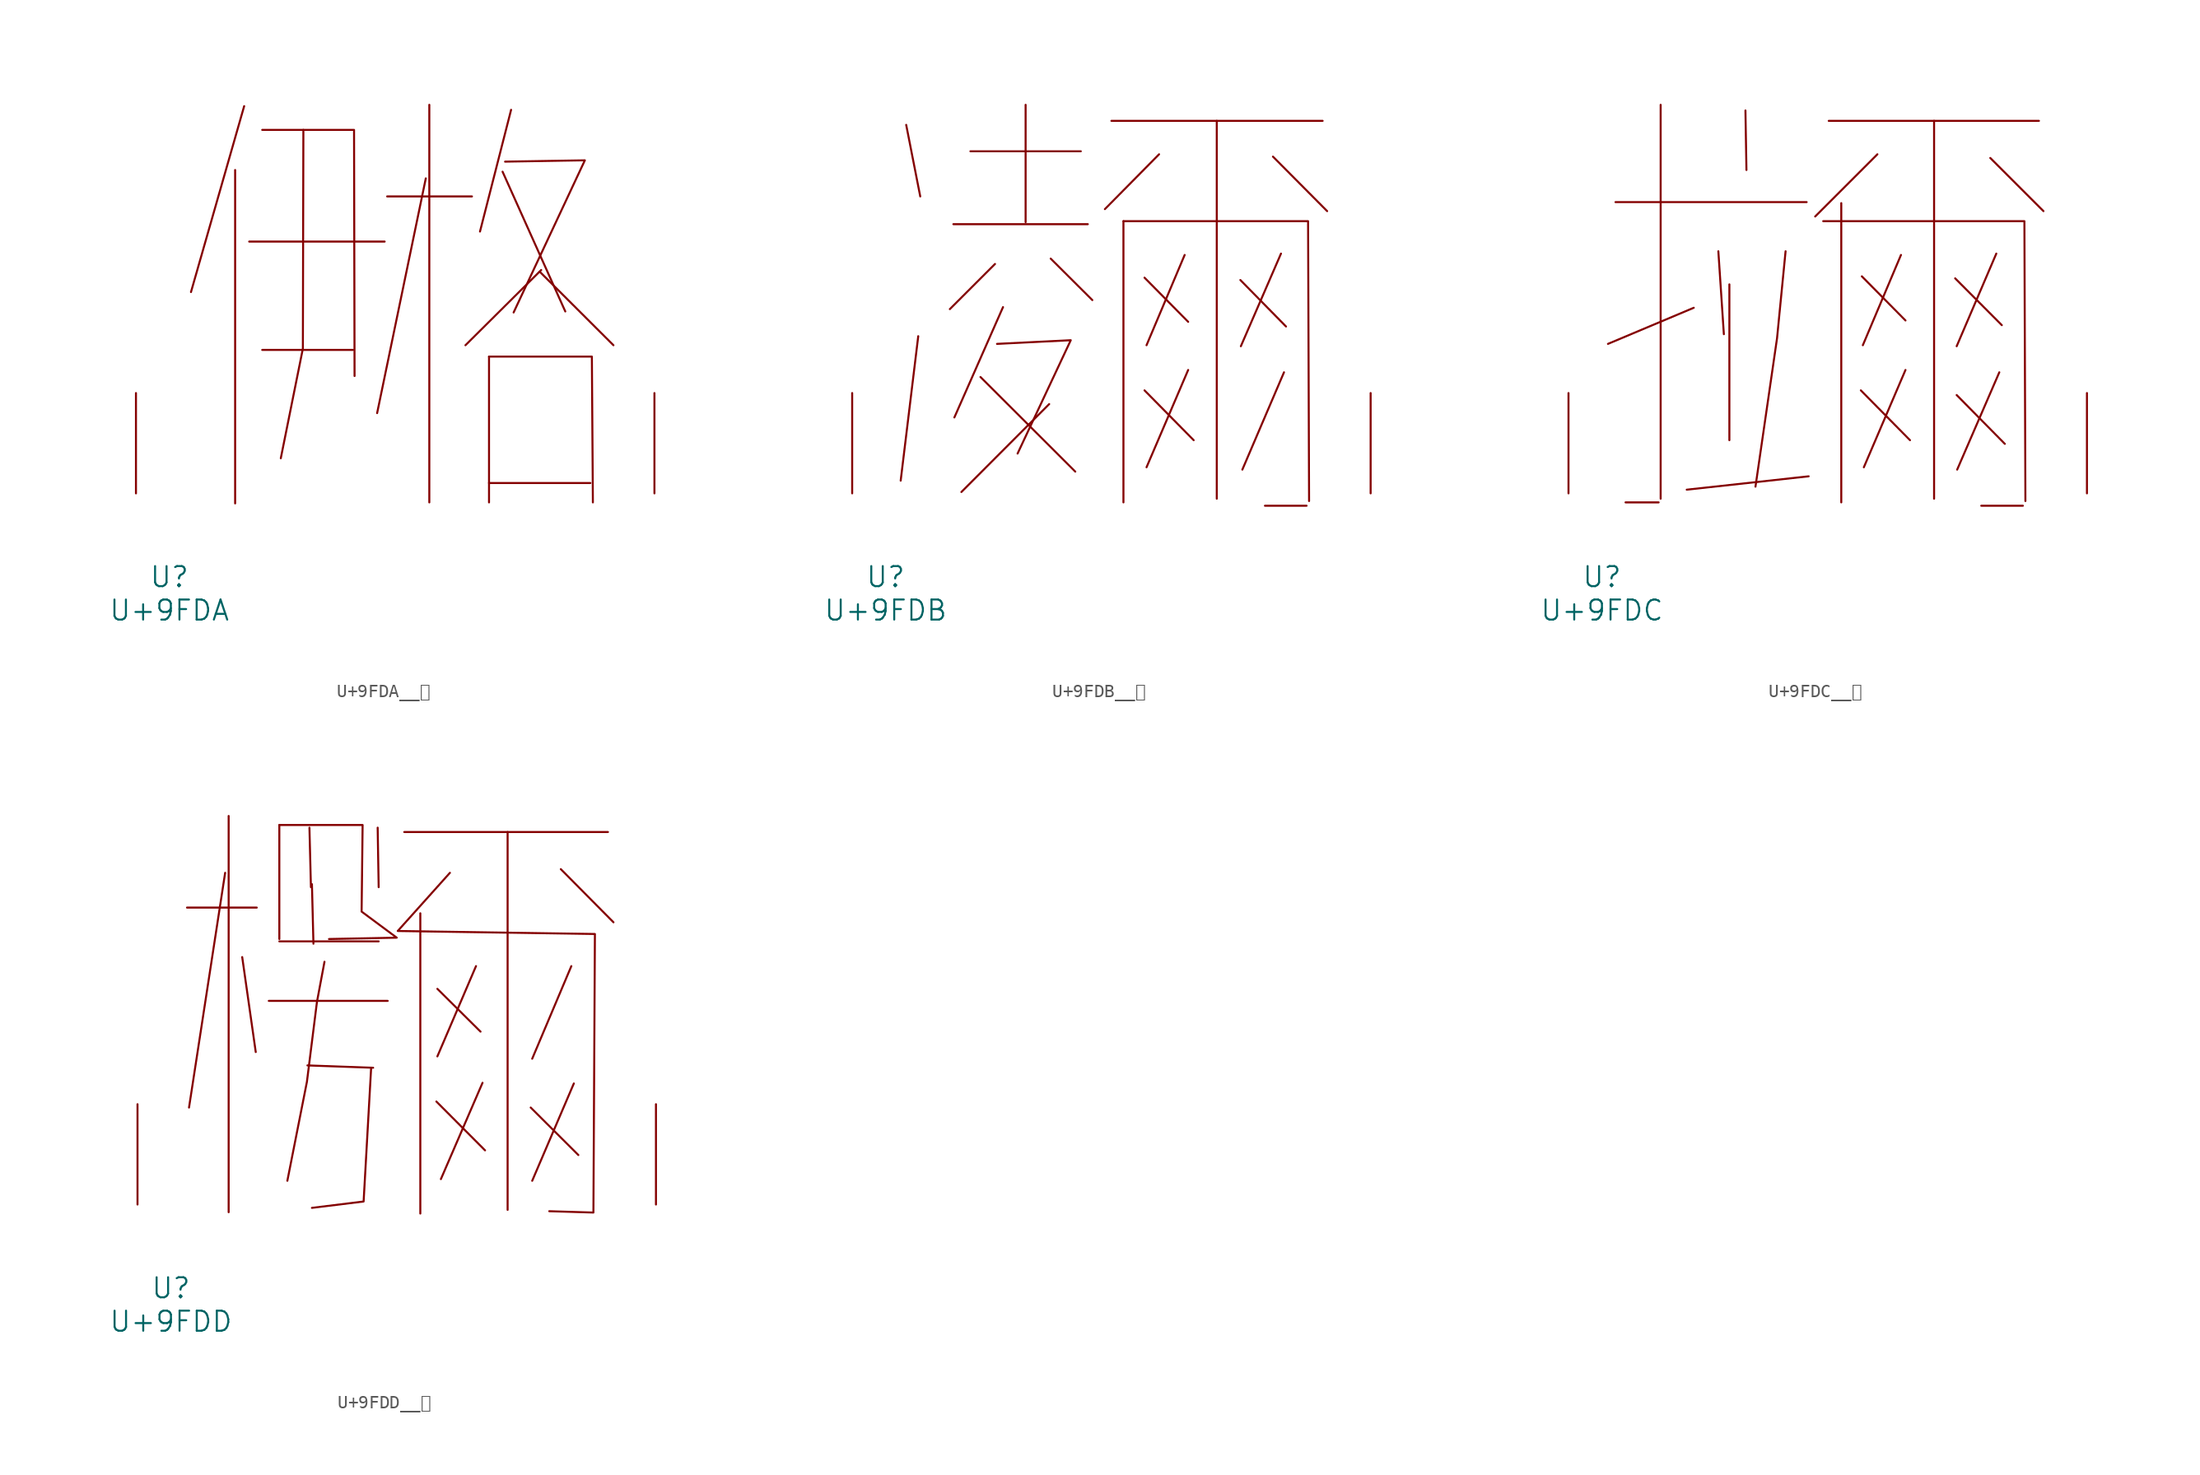
<source format=kicad_sym>
(kicad_symbol_lib
  (version 20231120)
  (generator "kicad_symbol_editor")
  (generator_version "8.0")
  (symbol "U+9FDA__鿚"
    (pin_names
      (offset 1.016))
    (property "Reference" "U"
      (at 0 -6.35 0)
      (effects (font (size 1.524 1.524))))
    (property "Value" "U+9FDA"
      (at 0 -8.89 0)
      (effects (font (size 1.524 1.524))))
    (symbol "U+9FDA__鿚_0_1"
      (polyline (pts (xy 4.991 24.562) (xy 4.991 -0.762)) (stroke (width 0) (type solid)) (fill (type none)))
      (polyline (pts (xy 5.677 29.413) (xy 1.638 15.291)) (stroke (width 0) (type solid)) (fill (type none)))
      (polyline (pts (xy 6.058 19.126) (xy 16.345 19.126)) (stroke (width 0) (type solid)) (fill (type none)))
      (polyline (pts (xy 7.048 10.897) (xy 13.945 10.897)) (stroke (width 0) (type solid)) (fill (type none)))
      (polyline (pts (xy 16.535 22.555) (xy 22.974 22.555)) (stroke (width 0) (type solid)) (fill (type none)))
      (polyline (pts (xy 19.469 23.927) (xy 15.773 6.096)) (stroke (width 0) (type solid)) (fill (type none)))
      (polyline (pts (xy 19.736 29.515) (xy 19.736 -0.686)) (stroke (width 0) (type solid)) (fill (type none)))
      (polyline (pts (xy 24.27 0.787) (xy 31.966 0.787)) (stroke (width 0) (type solid)) (fill (type none)))
      (polyline (pts (xy 24.27 10.389) (xy 24.27 -0.686)) (stroke (width 0) (type solid)) (fill (type none)))
      (polyline (pts (xy 25.298 24.435) (xy 30.061 13.818)) (stroke (width 0) (type solid)) (fill (type none)))
      (polyline (pts (xy 25.946 29.134) (xy 23.584 19.888)) (stroke (width 0) (type solid)) (fill (type none)))
      (polyline (pts (xy 28.118 16.84) (xy 33.718 11.252)) (stroke (width 0) (type solid)) (fill (type none)))
      (polyline (pts (xy 28.232 16.967) (xy 22.479 11.252)) (stroke (width 0) (type solid)) (fill (type none)))
      (polyline (pts (xy 7.048 27.61) (xy 14.021 27.61) (xy 14.059 8.915)) (stroke (width 0) (type solid)) (fill (type none)))
      (polyline (pts (xy 10.173 27.61) (xy 10.135 10.998) (xy 8.458 2.667)) (stroke (width 0) (type solid)) (fill (type none)))
      (polyline (pts (xy 24.27 10.389) (xy 32.08 10.389) (xy 32.156 -0.686)) (stroke (width 0) (type solid)) (fill (type none)))
      (polyline (pts (xy 25.489 25.197) (xy 31.547 25.298) (xy 26.137 13.741)) (stroke (width 0) (type solid)) (fill (type none)))
      (pin input line (at -2.54 0 90) (length 7.62) (name "~" (effects (font (size 1.27 1.27)))) (number "~" (effects (font (size 1.27 1.27)))))
      (pin input line (at 36.83 0 90) (length 7.62) (name "~" (effects (font (size 1.27 1.27)))) (number "~" (effects (font (size 1.27 1.27)))))))
  (symbol "U+9FDB__鿛"
    (pin_names
      (offset 1.016))
    (property "Reference" "U"
      (at 0 -6.35 0)
      (effects (font (size 1.524 1.524))))
    (property "Value" "U+9FDB"
      (at 0 -8.89 0)
      (effects (font (size 1.524 1.524))))
    (symbol "U+9FDB__鿛_0_1"
      (polyline (pts (xy 1.562 27.991) (xy 2.629 22.555)) (stroke (width 0) (type solid)) (fill (type none)))
      (polyline (pts (xy 2.477 11.938) (xy 1.143 0.965)) (stroke (width 0) (type solid)) (fill (type none)))
      (polyline (pts (xy 5.144 20.447) (xy 15.354 20.447)) (stroke (width 0) (type solid)) (fill (type none)))
      (polyline (pts (xy 6.439 25.984) (xy 14.821 25.984)) (stroke (width 0) (type solid)) (fill (type none)))
      (polyline (pts (xy 7.201 8.839) (xy 14.402 1.651)) (stroke (width 0) (type solid)) (fill (type none)))
      (polyline (pts (xy 8.306 17.424) (xy 4.877 13.995)) (stroke (width 0) (type solid)) (fill (type none)))
      (polyline (pts (xy 8.915 14.148) (xy 5.22 5.766)) (stroke (width 0) (type solid)) (fill (type none)))
      (polyline (pts (xy 10.63 29.515) (xy 10.63 20.599)) (stroke (width 0) (type solid)) (fill (type none)))
      (polyline (pts (xy 12.421 6.782) (xy 5.753 0.102)) (stroke (width 0) (type solid)) (fill (type none)))
      (polyline (pts (xy 12.535 17.831) (xy 15.697 14.681)) (stroke (width 0) (type solid)) (fill (type none)))
      (polyline (pts (xy 17.145 28.296) (xy 33.185 28.296)) (stroke (width 0) (type solid)) (fill (type none)))
      (polyline (pts (xy 18.059 20.676) (xy 18.059 -0.686)) (stroke (width 0) (type solid)) (fill (type none)))
      (polyline (pts (xy 19.66 7.823) (xy 23.393 4.039)) (stroke (width 0) (type solid)) (fill (type none)))
      (polyline (pts (xy 19.66 16.383) (xy 22.974 13.03)) (stroke (width 0) (type solid)) (fill (type none)))
      (polyline (pts (xy 20.765 25.756) (xy 16.65 21.59)) (stroke (width 0) (type solid)) (fill (type none)))
      (polyline (pts (xy 22.708 18.11) (xy 19.812 11.252)) (stroke (width 0) (type solid)) (fill (type none)))
      (polyline (pts (xy 22.974 9.373) (xy 19.812 1.981)) (stroke (width 0) (type solid)) (fill (type none)))
      (polyline (pts (xy 25.146 28.296) (xy 25.146 -0.406)) (stroke (width 0) (type solid)) (fill (type none)))
      (polyline (pts (xy 26.937 16.205) (xy 30.404 12.675)) (stroke (width 0) (type solid)) (fill (type none)))
      (polyline (pts (xy 28.804 -0.94) (xy 31.966 -0.94)) (stroke (width 0) (type solid)) (fill (type none)))
      (polyline (pts (xy 29.413 25.578) (xy 33.528 21.438)) (stroke (width 0) (type solid)) (fill (type none)))
      (polyline (pts (xy 30.023 18.212) (xy 26.975 11.176)) (stroke (width 0) (type solid)) (fill (type none)))
      (polyline (pts (xy 30.251 9.195) (xy 27.089 1.803)) (stroke (width 0) (type solid)) (fill (type none)))
      (polyline (pts (xy 8.458 11.354) (xy 14.059 11.633) (xy 10.02 3.023)) (stroke (width 0) (type solid)) (fill (type none)))
      (polyline (pts (xy 18.059 20.676) (xy 32.08 20.676) (xy 32.156 -0.584)) (stroke (width 0) (type solid)) (fill (type none)))
      (pin input line (at -2.54 0 90) (length 7.62) (name "~" (effects (font (size 1.27 1.27)))) (number "~" (effects (font (size 1.27 1.27)))))
      (pin input line (at 36.83 0 90) (length 7.62) (name "~" (effects (font (size 1.27 1.27)))) (number "~" (effects (font (size 1.27 1.27)))))))
  (symbol "U+9FDC__鿜"
    (pin_names
      (offset 1.016))
    (property "Reference" "U"
      (at 0 -6.35 0)
      (effects (font (size 1.524 1.524))))
    (property "Value" "U+9FDC"
      (at 0 -8.89 0)
      (effects (font (size 1.524 1.524))))
    (symbol "U+9FDC__鿜_0_1"
      (polyline (pts (xy 1.029 22.123) (xy 15.545 22.123)) (stroke (width 0) (type solid)) (fill (type none)))
      (polyline (pts (xy 1.791 -0.686) (xy 4.305 -0.686)) (stroke (width 0) (type solid)) (fill (type none)))
      (polyline (pts (xy 4.458 29.515) (xy 4.458 -0.406)) (stroke (width 0) (type solid)) (fill (type none)))
      (polyline (pts (xy 6.972 14.097) (xy 0.457 11.354)) (stroke (width 0) (type solid)) (fill (type none)))
      (polyline (pts (xy 8.839 18.39) (xy 9.258 12.09)) (stroke (width 0) (type solid)) (fill (type none)))
      (polyline (pts (xy 9.677 15.875) (xy 9.677 4.039)) (stroke (width 0) (type solid)) (fill (type none)))
      (polyline (pts (xy 10.897 29.083) (xy 10.973 24.562)) (stroke (width 0) (type solid)) (fill (type none)))
      (polyline (pts (xy 15.697 1.295) (xy 6.439 0.279)) (stroke (width 0) (type solid)) (fill (type none)))
      (polyline (pts (xy 17.221 28.296) (xy 33.185 28.296)) (stroke (width 0) (type solid)) (fill (type none)))
      (polyline (pts (xy 18.174 22.047) (xy 18.174 -0.686)) (stroke (width 0) (type solid)) (fill (type none)))
      (polyline (pts (xy 19.66 7.823) (xy 23.393 4.039)) (stroke (width 0) (type solid)) (fill (type none)))
      (polyline (pts (xy 19.736 16.485) (xy 23.05 13.132)) (stroke (width 0) (type solid)) (fill (type none)))
      (polyline (pts (xy 20.917 25.756) (xy 16.192 21.031)) (stroke (width 0) (type solid)) (fill (type none)))
      (polyline (pts (xy 22.708 18.11) (xy 19.812 11.252)) (stroke (width 0) (type solid)) (fill (type none)))
      (polyline (pts (xy 23.05 9.373) (xy 19.888 1.981)) (stroke (width 0) (type solid)) (fill (type none)))
      (polyline (pts (xy 25.222 28.296) (xy 25.222 -0.406)) (stroke (width 0) (type solid)) (fill (type none)))
      (polyline (pts (xy 26.822 16.332) (xy 30.366 12.776)) (stroke (width 0) (type solid)) (fill (type none)))
      (polyline (pts (xy 26.937 7.468) (xy 30.594 3.759)) (stroke (width 0) (type solid)) (fill (type none)))
      (polyline (pts (xy 28.804 -0.94) (xy 31.966 -0.94)) (stroke (width 0) (type solid)) (fill (type none)))
      (polyline (pts (xy 29.489 25.476) (xy 33.528 21.438)) (stroke (width 0) (type solid)) (fill (type none)))
      (polyline (pts (xy 29.947 18.212) (xy 26.937 11.176)) (stroke (width 0) (type solid)) (fill (type none)))
      (polyline (pts (xy 30.175 9.195) (xy 26.975 1.803)) (stroke (width 0) (type solid)) (fill (type none)))
      (polyline (pts (xy 13.945 18.39) (xy 13.297 11.786) (xy 11.659 0.508)) (stroke (width 0) (type solid)) (fill (type none)))
      (polyline (pts (xy 16.802 20.676) (xy 32.08 20.676) (xy 32.156 -0.584)) (stroke (width 0) (type solid)) (fill (type none)))
      (pin input line (at -2.54 0 90) (length 7.62) (name "~" (effects (font (size 1.27 1.27)))) (number "~" (effects (font (size 1.27 1.27)))))
      (pin input line (at 36.83 0 90) (length 7.62) (name "~" (effects (font (size 1.27 1.27)))) (number "~" (effects (font (size 1.27 1.27)))))))
  (symbol "U+9FDD__鿝"
    (pin_names
      (offset 1.016))
    (property "Reference" "U"
      (at 0 -6.35 0)
      (effects (font (size 1.524 1.524))))
    (property "Value" "U+9FDD"
      (at 0 -8.89 0)
      (effects (font (size 1.524 1.524))))
    (symbol "U+9FDD__鿝_0_1"
      (polyline (pts (xy 1.219 22.555) (xy 6.515 22.555)) (stroke (width 0) (type solid)) (fill (type none)))
      (polyline (pts (xy 4.115 25.197) (xy 1.372 7.366)) (stroke (width 0) (type solid)) (fill (type none)))
      (polyline (pts (xy 4.381 29.515) (xy 4.381 -0.584)) (stroke (width 0) (type solid)) (fill (type none)))
      (polyline (pts (xy 5.41 18.796) (xy 6.439 11.582)) (stroke (width 0) (type solid)) (fill (type none)))
      (polyline (pts (xy 7.429 15.469) (xy 16.459 15.469)) (stroke (width 0) (type solid)) (fill (type none)))
      (polyline (pts (xy 8.23 19.99) (xy 15.773 19.99)) (stroke (width 0) (type solid)) (fill (type none)))
      (polyline (pts (xy 8.23 28.829) (xy 8.23 20.168)) (stroke (width 0) (type solid)) (fill (type none)))
      (polyline (pts (xy 10.363 10.566) (xy 15.354 10.389)) (stroke (width 0) (type solid)) (fill (type none)))
      (polyline (pts (xy 10.516 28.626) (xy 10.63 24.105)) (stroke (width 0) (type solid)) (fill (type none)))
      (polyline (pts (xy 10.706 24.333) (xy 10.82 19.812)) (stroke (width 0) (type solid)) (fill (type none)))
      (polyline (pts (xy 15.697 28.626) (xy 15.773 24.105)) (stroke (width 0) (type solid)) (fill (type none)))
      (polyline (pts (xy 17.716 28.296) (xy 33.185 28.296)) (stroke (width 0) (type solid)) (fill (type none)))
      (polyline (pts (xy 18.936 22.123) (xy 18.936 -0.686)) (stroke (width 0) (type solid)) (fill (type none)))
      (polyline (pts (xy 20.155 7.823) (xy 23.851 4.115)) (stroke (width 0) (type solid)) (fill (type none)))
      (polyline (pts (xy 20.231 16.383) (xy 23.508 13.132)) (stroke (width 0) (type solid)) (fill (type none)))
      (polyline (pts (xy 23.165 18.11) (xy 20.231 11.252)) (stroke (width 0) (type solid)) (fill (type none)))
      (polyline (pts (xy 23.66 9.246) (xy 20.498 1.93)) (stroke (width 0) (type solid)) (fill (type none)))
      (polyline (pts (xy 25.565 28.296) (xy 25.565 -0.406)) (stroke (width 0) (type solid)) (fill (type none)))
      (polyline (pts (xy 27.318 7.366) (xy 30.937 3.759)) (stroke (width 0) (type solid)) (fill (type none)))
      (polyline (pts (xy 29.604 25.476) (xy 33.604 21.438)) (stroke (width 0) (type solid)) (fill (type none)))
      (polyline (pts (xy 30.404 18.11) (xy 27.432 11.074)) (stroke (width 0) (type solid)) (fill (type none)))
      (polyline (pts (xy 30.594 9.195) (xy 27.432 1.803)) (stroke (width 0) (type solid)) (fill (type none)))
      (polyline (pts (xy 15.202 10.389) (xy 14.63 0.229) (xy 10.706 -0.254)) (stroke (width 0) (type solid)) (fill (type none)))
      (polyline (pts (xy 11.659 18.44) (xy 11.087 15.392) (xy 10.325 9.322) (xy 8.839 1.803)) (stroke (width 0) (type solid)) (fill (type none)))
      (polyline (pts (xy 8.23 28.829) (xy 14.554 28.829) (xy 14.478 22.25) (xy 17.145 20.269) (xy 12.002 20.168)) (stroke (width 0) (type solid)) (fill (type none)))
      (polyline (pts (xy 21.184 25.197) (xy 17.221 20.777) (xy 32.194 20.549) (xy 32.08 -0.61) (xy 28.727 -0.508)) (stroke (width 0) (type solid)) (fill (type none)))
      (pin input line (at -2.54 0 90) (length 7.62) (name "~" (effects (font (size 1.27 1.27)))) (number "~" (effects (font (size 1.27 1.27)))))
      (pin input line (at 36.83 0 90) (length 7.62) (name "~" (effects (font (size 1.27 1.27)))) (number "~" (effects (font (size 1.27 1.27))))))))
</source>
